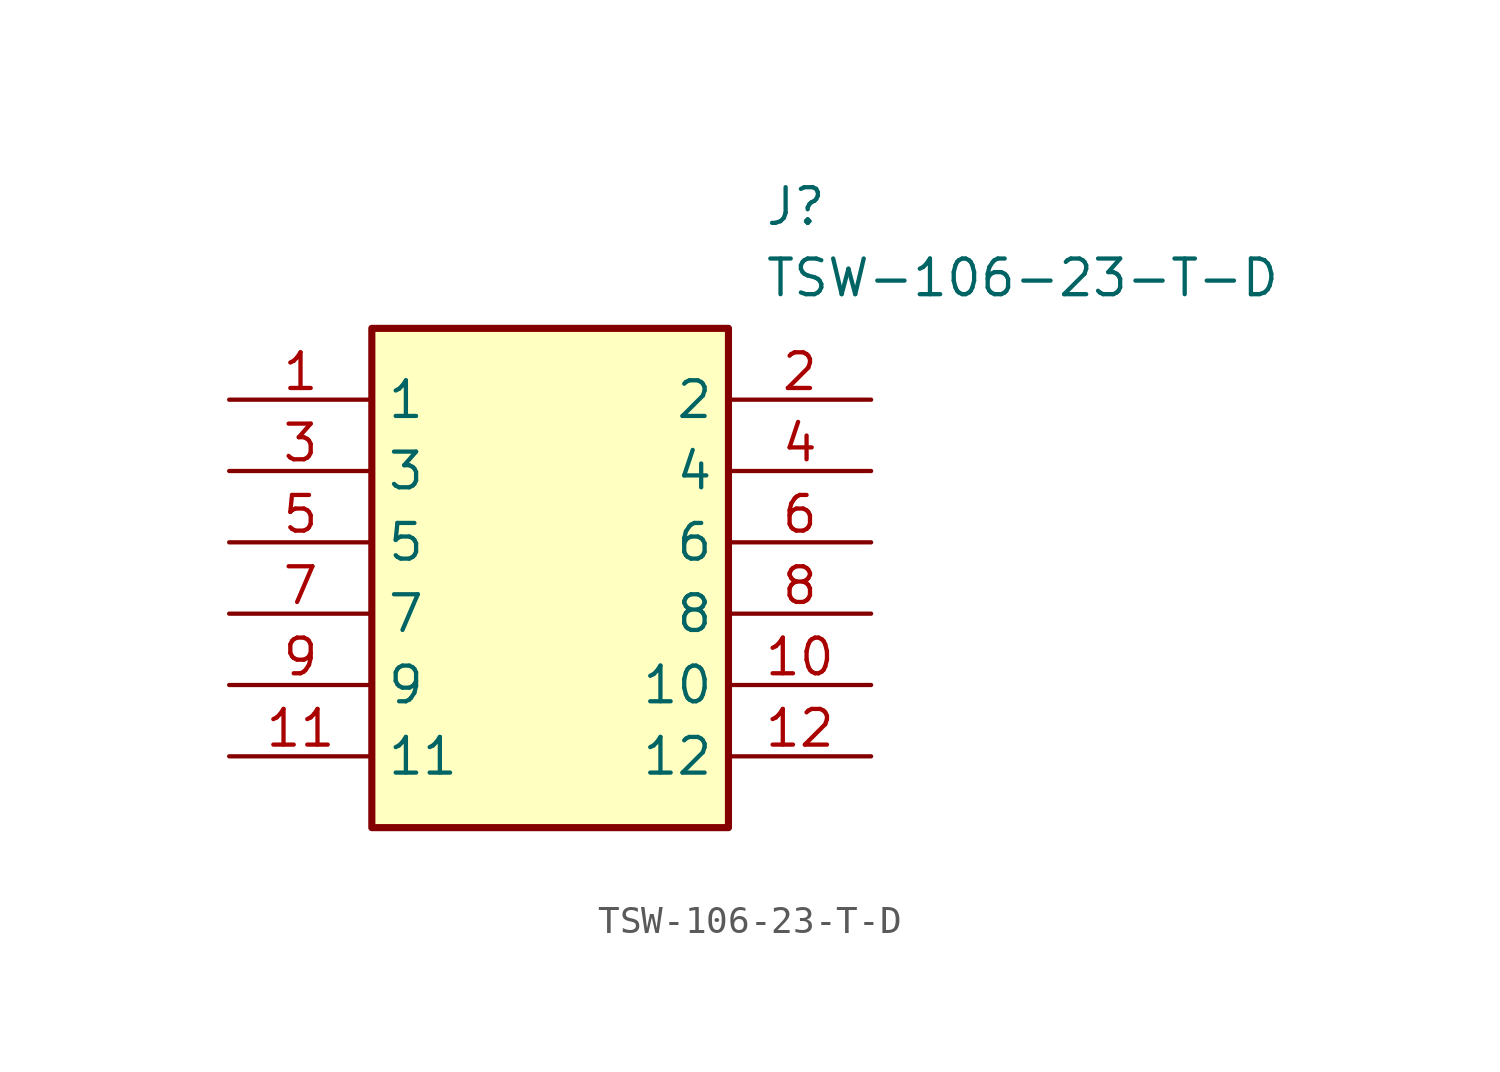
<source format=kicad_sym>
(kicad_symbol_lib
  (version 20211014)
  (generator SamacSys_ECAD_Model)
  (symbol "TSW-106-23-T-D"
    (property "Reference" "J"
      (at 19.05 7.62 0)
      (effects (font (size 1.27 1.27)) (justify left top)))
    (property "Value" "TSW-106-23-T-D"
      (at 19.05 5.08 0)
      (effects (font (size 1.27 1.27)) (justify left top)))
    (rectangle
      (start 5.08 2.54)
      (end 17.78 -15.24)
      (stroke (width 0.254) (type default))
      (fill (type background)))
    (pin passive line
      (at 0 0 0)
      (length 5.08)
      (name "1" (effects (font (size 1.27 1.27))))
      (number "1" (effects (font (size 1.27 1.27)))))
    (pin passive line
      (at 0 -2.54 0)
      (length 5.08)
      (name "3" (effects (font (size 1.27 1.27))))
      (number "3" (effects (font (size 1.27 1.27)))))
    (pin passive line
      (at 0 -5.08 0)
      (length 5.08)
      (name "5" (effects (font (size 1.27 1.27))))
      (number "5" (effects (font (size 1.27 1.27)))))
    (pin passive line
      (at 0 -7.62 0)
      (length 5.08)
      (name "7" (effects (font (size 1.27 1.27))))
      (number "7" (effects (font (size 1.27 1.27)))))
    (pin passive line
      (at 0 -10.16 0)
      (length 5.08)
      (name "9" (effects (font (size 1.27 1.27))))
      (number "9" (effects (font (size 1.27 1.27)))))
    (pin passive line
      (at 0 -12.7 0)
      (length 5.08)
      (name "11" (effects (font (size 1.27 1.27))))
      (number "11" (effects (font (size 1.27 1.27)))))
    (pin passive line
      (at 22.86 0 180)
      (length 5.08)
      (name "2" (effects (font (size 1.27 1.27))))
      (number "2" (effects (font (size 1.27 1.27)))))
    (pin passive line
      (at 22.86 -2.54 180)
      (length 5.08)
      (name "4" (effects (font (size 1.27 1.27))))
      (number "4" (effects (font (size 1.27 1.27)))))
    (pin passive line
      (at 22.86 -5.08 180)
      (length 5.08)
      (name "6" (effects (font (size 1.27 1.27))))
      (number "6" (effects (font (size 1.27 1.27)))))
    (pin passive line
      (at 22.86 -7.62 180)
      (length 5.08)
      (name "8" (effects (font (size 1.27 1.27))))
      (number "8" (effects (font (size 1.27 1.27)))))
    (pin passive line
      (at 22.86 -10.16 180)
      (length 5.08)
      (name "10" (effects (font (size 1.27 1.27))))
      (number "10" (effects (font (size 1.27 1.27)))))
    (pin passive line
      (at 22.86 -12.7 180)
      (length 5.08)
      (name "12" (effects (font (size 1.27 1.27))))
      (number "12" (effects (font (size 1.27 1.27)))))))
</source>
